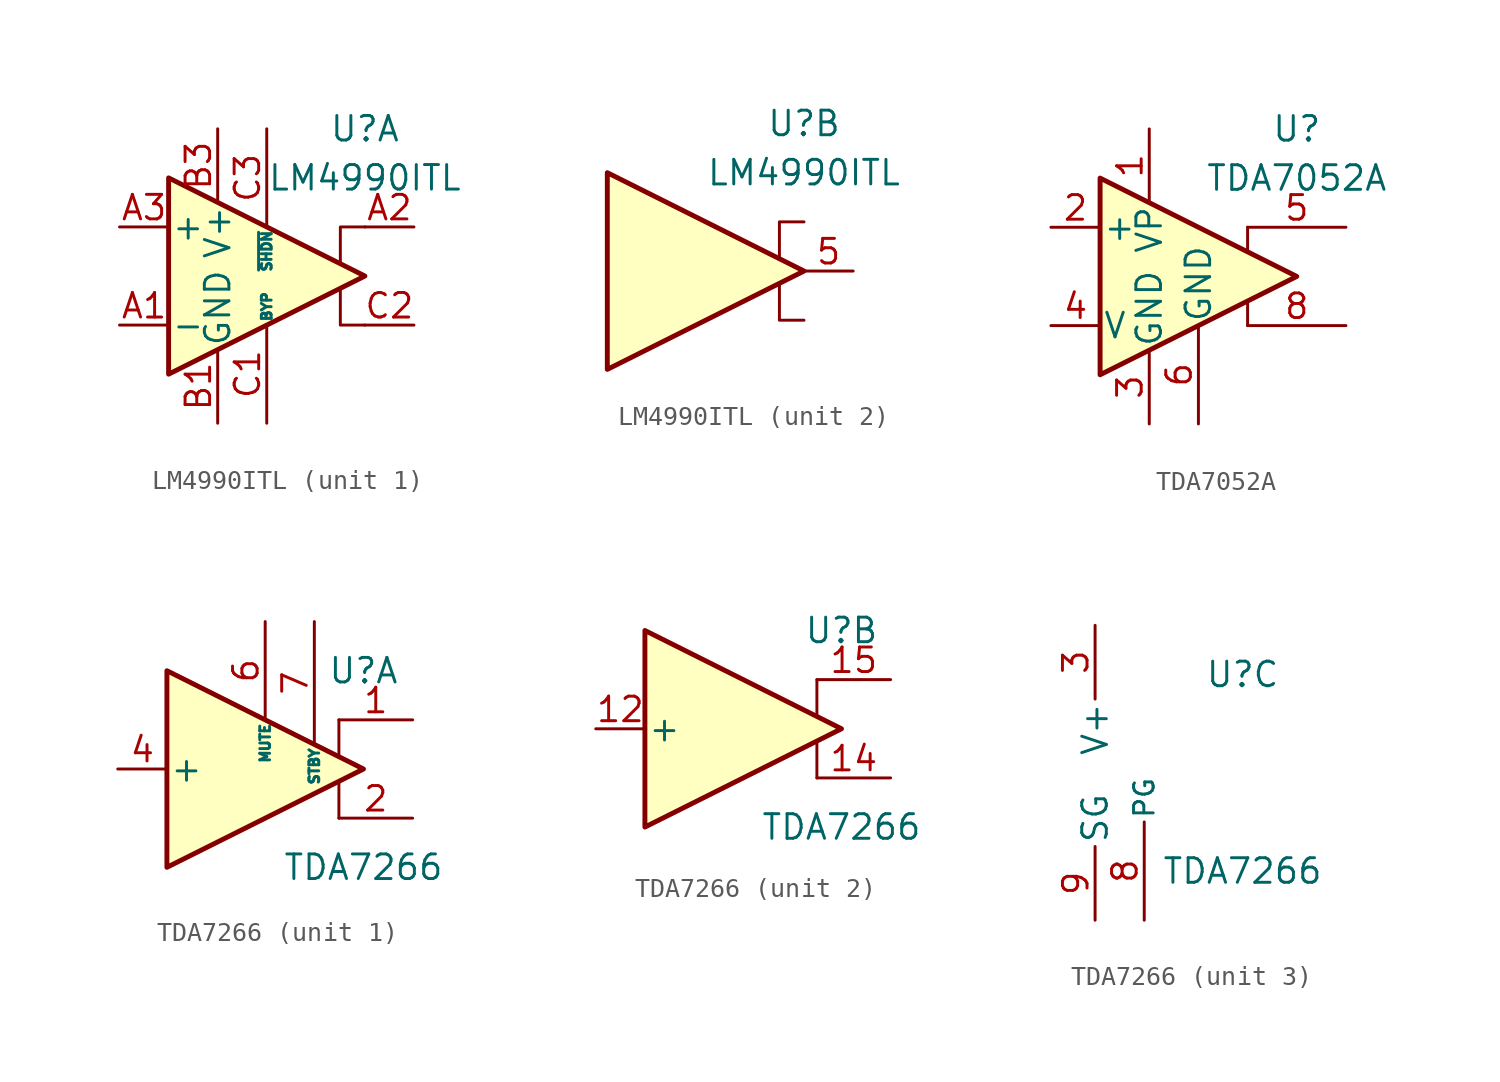
<source format=kicad_sym>
(kicad_symbol_lib
  (version 20211014)
  (generator kicad_symbol_editor)
  (symbol "LM4990ITL"
    (pin_names
      (offset 0.127))
    (property "Reference" "U"
      (at 5.08 7.62 0)
      (effects (font (size 1.27 1.27))))
    (property "Value" "LM4990ITL"
      (at 5.08 5.08 0)
      (effects (font (size 1.27 1.27))))
    (symbol "LM4990ITL_0_1"
      (polyline (pts (xy 3.81 -0.635) (xy 3.81 -2.54) (xy 5.08 -2.54)) (stroke (width 0) (type default) (color 0 0 0 0)) (fill (type none)))
      (polyline (pts (xy 5.08 2.54) (xy 3.81 2.54) (xy 3.81 0.635)) (stroke (width 0) (type default) (color 0 0 0 0)) (fill (type none)))
      (polyline (pts (xy -5.08 5.08) (xy 5.08 0) (xy -5.08 -5.08) (xy -5.08 5.08)) (stroke (width 0.254) (type default) (color 0 0 0 0)) (fill (type background))))
    (symbol "LM4990ITL_1_1"
      (pin input line (at -7.62 -2.54 0) (length 2.54) (name "-" (effects (font (size 1.27 1.27)))) (number "A1" (effects (font (size 1.27 1.27)))))
      (pin output line (at 7.62 2.54 180) (length 2.54) (name "~" (effects (font (size 1.27 1.27)))) (number "A2" (effects (font (size 1.27 1.27)))))
      (pin input line (at -7.62 2.54 0) (length 2.54) (name "+" (effects (font (size 1.27 1.27)))) (number "A3" (effects (font (size 1.27 1.27)))))
      (pin power_in line (at -2.54 -7.62 90) (length 3.81) (name "GND" (effects (font (size 1.27 1.27)))) (number "B1" (effects (font (size 1.27 1.27)))))
      (pin passive line (at -2.54 -7.62 90) (length 3.81) hide (name "GND" (effects (font (size 1.27 1.27)))) (number "B2" (effects (font (size 1.27 1.27)))))
      (pin power_in line (at -2.54 7.62 270) (length 3.81) (name "V+" (effects (font (size 1.27 1.27)))) (number "B3" (effects (font (size 1.27 1.27)))))
      (pin input line (at 0 -7.62 90) (length 5.08) (name "BYP" (effects (font (size 0.508 0.508)))) (number "C1" (effects (font (size 1.27 1.27)))))
      (pin output line (at 7.62 -2.54 180) (length 2.54) (name "~" (effects (font (size 1.27 1.27)))) (number "C2" (effects (font (size 1.27 1.27)))))
      (pin output line (at 0 7.62 270) (length 5.08) (name "~{SHDN}" (effects (font (size 0.508 0.508)))) (number "C3" (effects (font (size 1.27 1.27))))))
    (symbol "LM4990ITL_2_1"
      (pin output line (at 7.62 0 180) (length 2.54) (name "~" (effects (font (size 1.27 1.27)))) (number "5" (effects (font (size 1.27 1.27)))))))
  (symbol "TDA7052A"
    (pin_names
      (offset 0.127))
    (property "Reference" "U"
      (at 5.08 7.62 0)
      (effects (font (size 1.27 1.27))))
    (property "Value" "TDA7052A"
      (at 5.08 5.08 0)
      (effects (font (size 1.27 1.27))))
    (symbol "TDA7052A_0_1"
      (polyline (pts (xy 2.54 -1.27) (xy 2.54 -2.54)) (stroke (width 0) (type default) (color 0 0 0 0)) (fill (type none)))
      (polyline (pts (xy 2.54 2.54) (xy 2.54 1.27)) (stroke (width 0) (type default) (color 0 0 0 0)) (fill (type none)))
      (polyline (pts (xy 5.08 0) (xy -5.08 5.08) (xy -5.08 -5.08) (xy 5.08 0)) (stroke (width 0.254) (type default) (color 0 0 0 0)) (fill (type background))))
    (symbol "TDA7052A_1_1"
      (pin power_in line (at -2.54 7.62 270) (length 3.81) (name "VP" (effects (font (size 1.27 1.27)))) (number "1" (effects (font (size 1.27 1.27)))))
      (pin input line (at -7.62 2.54 0) (length 2.54) (name "+" (effects (font (size 1.27 1.27)))) (number "2" (effects (font (size 1.27 1.27)))))
      (pin power_in line (at -2.54 -7.62 90) (length 3.81) (name "GND" (effects (font (size 1.27 1.27)))) (number "3" (effects (font (size 1.27 1.27)))))
      (pin input line (at -7.62 -2.54 0) (length 2.54) (name "V" (effects (font (size 1.27 1.27)))) (number "4" (effects (font (size 1.27 1.27)))))
      (pin output line (at 7.62 2.54 180) (length 5.08) (name "~" (effects (font (size 1.27 1.27)))) (number "5" (effects (font (size 1.27 1.27)))))
      (pin power_in line (at 0 -7.62 90) (length 5.08) (name "GND" (effects (font (size 1.27 1.27)))) (number "6" (effects (font (size 1.27 1.27)))))
      (pin no_connect line (at 0 2.54 270) (length 2.54) hide (name "NC" (effects (font (size 1.27 1.27)))) (number "7" (effects (font (size 1.27 1.27)))))
      (pin output line (at 7.62 -2.54 180) (length 5.08) (name "~" (effects (font (size 1.27 1.27)))) (number "8" (effects (font (size 1.27 1.27)))))))
  (symbol "TDA7266"
    (pin_names
      (offset 0.127))
    (property "Reference" "U"
      (at 5.08 5.08 0)
      (effects (font (size 1.27 1.27))))
    (property "Value" "TDA7266"
      (at 5.08 -5.08 0)
      (effects (font (size 1.27 1.27))))
    (property "ki_locked" ""
      (at 0 0 0)
      (effects (font (size 1.27 1.27))))
    (symbol "TDA7266_1_1"
      (polyline (pts (xy 3.81 -0.635) (xy 3.81 -2.54)) (stroke (width 0) (type default) (color 0 0 0 0)) (fill (type none)))
      (polyline (pts (xy 3.81 2.54) (xy 3.81 0.635)) (stroke (width 0) (type default) (color 0 0 0 0)) (fill (type none)))
      (polyline (pts (xy 5.08 0) (xy -5.08 5.08) (xy -5.08 -5.08) (xy 5.08 0)) (stroke (width 0.254) (type default) (color 0 0 0 0)) (fill (type background)))
      (pin output line (at 7.62 2.54 180) (length 3.81) (name "~" (effects (font (size 1.27 1.27)))) (number "1" (effects (font (size 1.27 1.27)))))
      (pin no_connect line (at 0 2.54 270) (length 2.54) hide (name "NC" (effects (font (size 1.27 1.27)))) (number "10" (effects (font (size 1.27 1.27)))))
      (pin no_connect line (at 2.54 2.54 270) (length 2.54) hide (name "NC" (effects (font (size 1.27 1.27)))) (number "11" (effects (font (size 1.27 1.27)))))
      (pin output line (at 7.62 -2.54 180) (length 3.81) (name "~" (effects (font (size 1.27 1.27)))) (number "2" (effects (font (size 1.27 1.27)))))
      (pin input line (at -7.62 0 0) (length 2.54) (name "+" (effects (font (size 1.27 1.27)))) (number "4" (effects (font (size 1.27 1.27)))))
      (pin no_connect line (at -2.54 2.54 270) (length 2.54) hide (name "NC" (effects (font (size 1.27 1.27)))) (number "5" (effects (font (size 1.27 1.27)))))
      (pin input line (at 0 7.62 270) (length 5.08) (name "MUTE" (effects (font (size 0.508 0.508)))) (number "6" (effects (font (size 1.27 1.27)))))
      (pin input line (at 2.54 7.62 270) (length 6.35) (name "STBY" (effects (font (size 0.508 0.508)))) (number "7" (effects (font (size 1.27 1.27))))))
    (symbol "TDA7266_2_1"
      (polyline (pts (xy 3.81 -0.635) (xy 3.81 -2.54)) (stroke (width 0) (type default) (color 0 0 0 0)) (fill (type none)))
      (polyline (pts (xy 3.81 2.54) (xy 3.81 0.635)) (stroke (width 0) (type default) (color 0 0 0 0)) (fill (type none)))
      (polyline (pts (xy 5.08 0) (xy -5.08 5.08) (xy -5.08 -5.08) (xy 5.08 0)) (stroke (width 0.254) (type default) (color 0 0 0 0)) (fill (type background)))
      (pin input line (at -7.62 0 0) (length 2.54) (name "+" (effects (font (size 1.27 1.27)))) (number "12" (effects (font (size 1.27 1.27)))))
      (pin output line (at 7.62 -2.54 180) (length 3.81) (name "~" (effects (font (size 1.27 1.27)))) (number "14" (effects (font (size 1.27 1.27)))))
      (pin output line (at 7.62 2.54 180) (length 3.81) (name "~" (effects (font (size 1.27 1.27)))) (number "15" (effects (font (size 1.27 1.27))))))
    (symbol "TDA7266_3_1"
      (pin passive line (at -2.54 7.62 270) (length 3.81) hide (name "V+" (effects (font (size 1.27 1.27)))) (number "13" (effects (font (size 1.27 1.27)))))
      (pin power_in line (at -2.54 7.62 270) (length 3.81) (name "V+" (effects (font (size 1.27 1.27)))) (number "3" (effects (font (size 1.27 1.27)))))
      (pin power_in line (at 0 -7.62 90) (length 5.08) (name "PG" (effects (font (size 1.016 1.016)))) (number "8" (effects (font (size 1.27 1.27)))))
      (pin power_in line (at -2.54 -7.62 90) (length 3.81) (name "SG" (effects (font (size 1.27 1.27)))) (number "9" (effects (font (size 1.27 1.27))))))))
</source>
